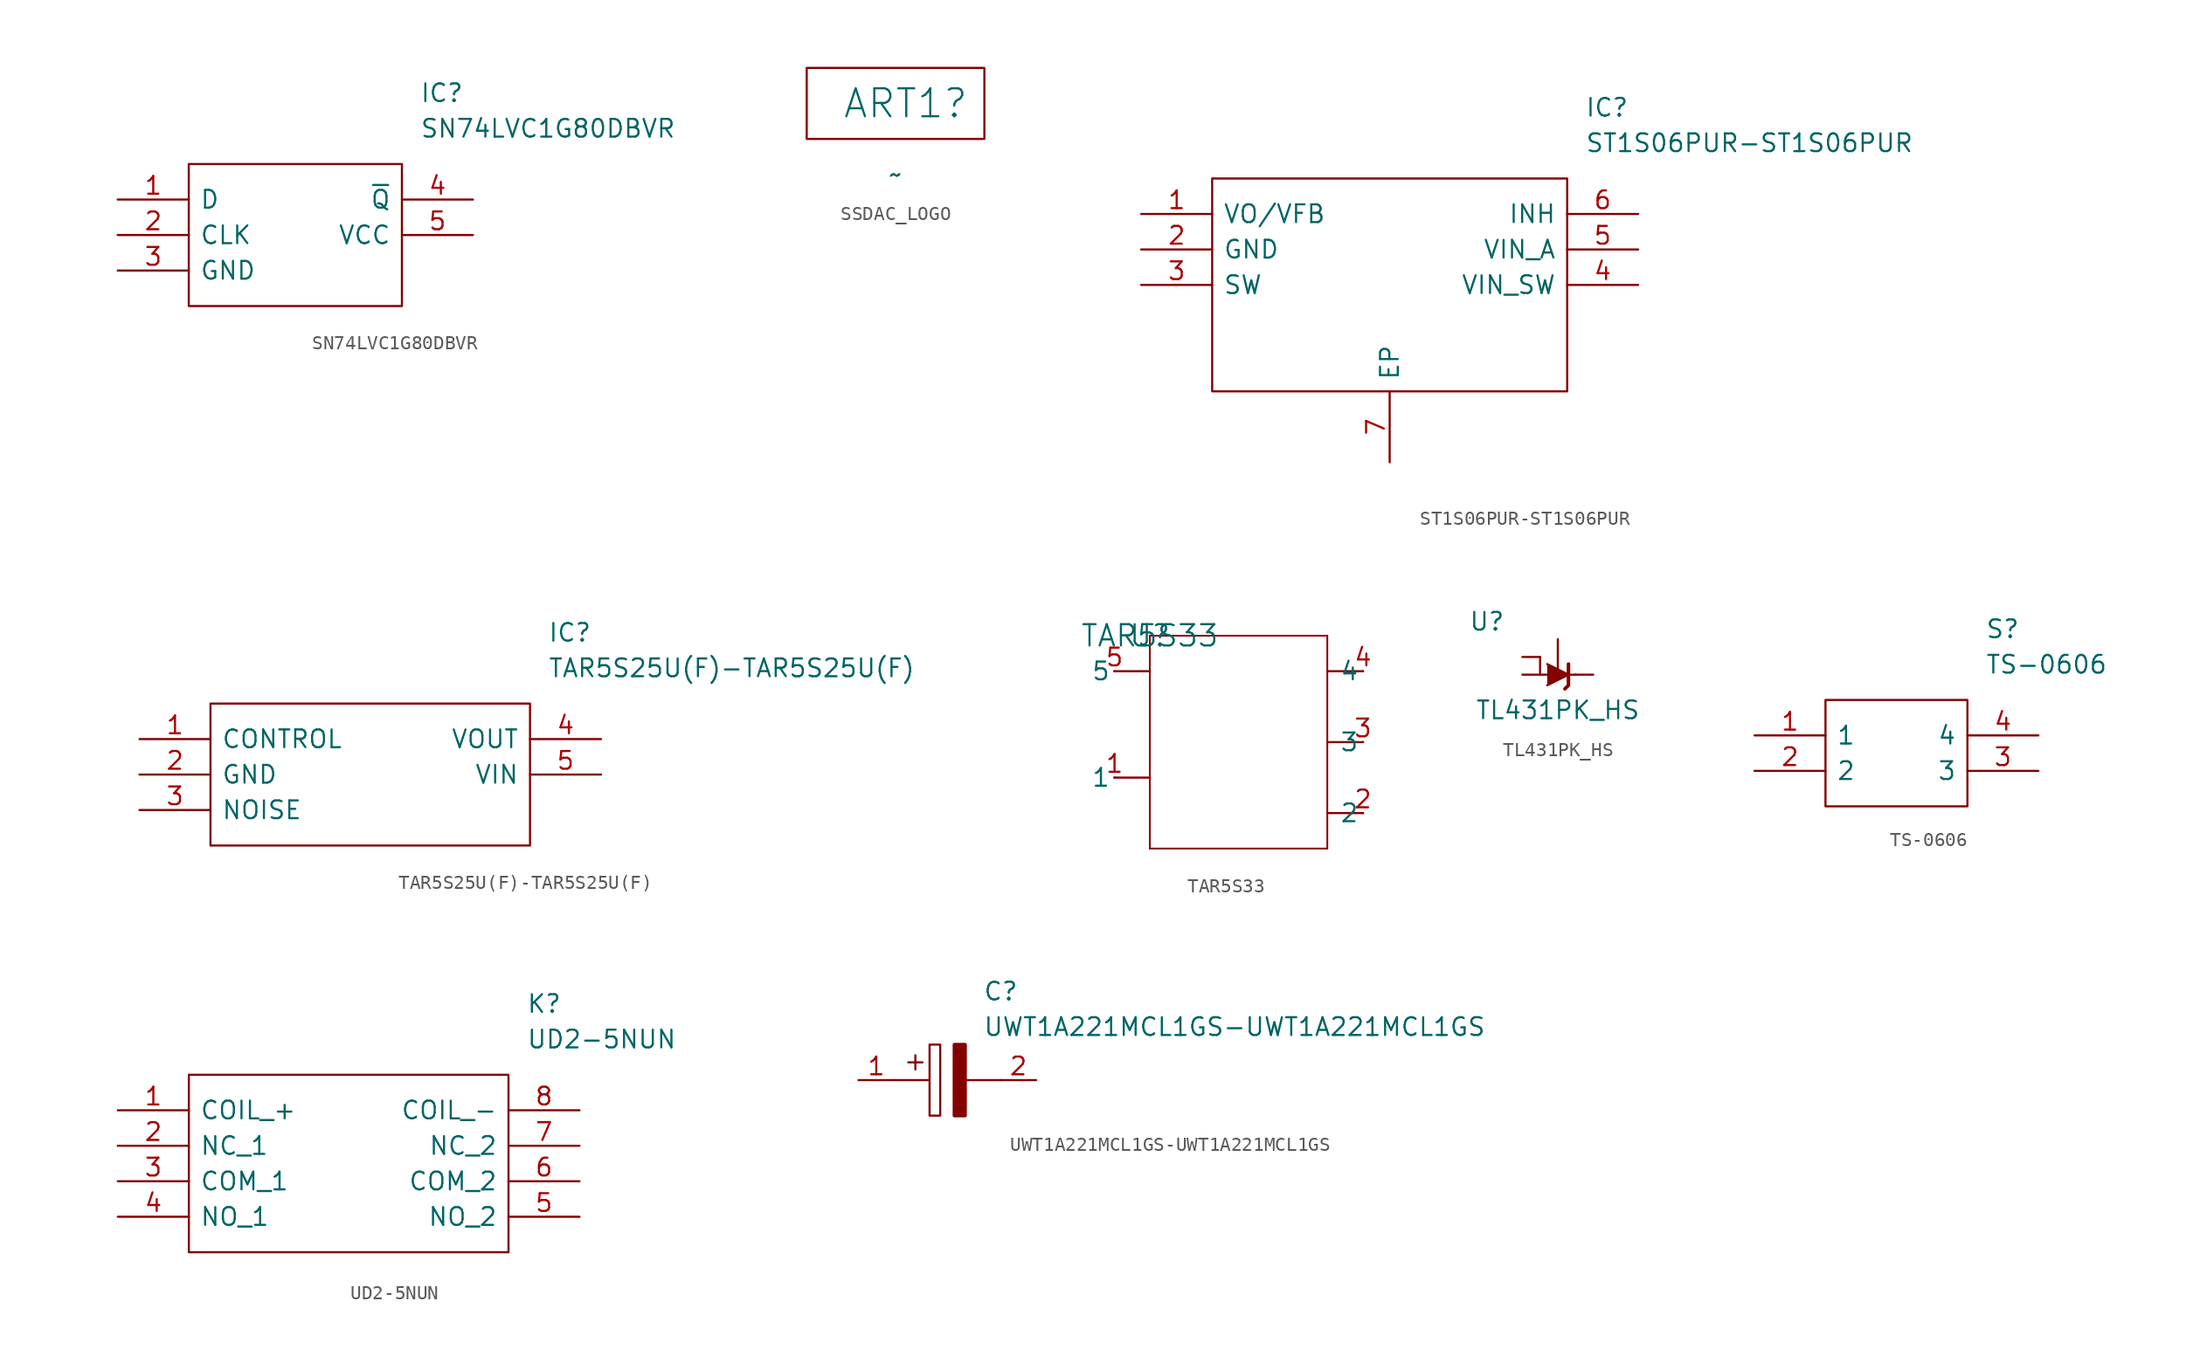
<source format=kicad_sym>
(kicad_symbol_lib
  (version 20220914)
  (generator kicad_symbol_editor)
  (symbol "SN74LVC1G80DBVR"
    (pin_names
      (offset 0.762))
    (property "Reference" "IC"
      (at 21.59 7.62 0)
      (effects (font (size 1.27 1.27)) (justify left)))
    (property "Value" "SN74LVC1G80DBVR"
      (at 21.59 5.08 0)
      (effects (font (size 1.27 1.27)) (justify left)))
    (symbol "SN74LVC1G80DBVR_0_0"
      (pin input line (at 0 0 0) (length 5.08) (name "D" (effects (font (size 1.27 1.27)))) (number "1" (effects (font (size 1.27 1.27)))))
      (pin input line (at 0 -2.54 0) (length 5.08) (name "CLK" (effects (font (size 1.27 1.27)))) (number "2" (effects (font (size 1.27 1.27)))))
      (pin power_in line (at 0 -5.08 0) (length 5.08) (name "GND" (effects (font (size 1.27 1.27)))) (number "3" (effects (font (size 1.27 1.27)))))
      (pin output line (at 25.4 0 180) (length 5.08) (name "~{Q}" (effects (font (size 1.27 1.27)))) (number "4" (effects (font (size 1.27 1.27)))))
      (pin power_in line (at 25.4 -2.54 180) (length 5.08) (name "VCC" (effects (font (size 1.27 1.27)))) (number "5" (effects (font (size 1.27 1.27))))))
    (symbol "SN74LVC1G80DBVR_0_1"
      (polyline (pts (xy 5.08 2.54) (xy 20.32 2.54) (xy 20.32 -7.62) (xy 5.08 -7.62) (xy 5.08 2.54)) (stroke (width 0.152) (type solid)) (fill (type none)))))
  (symbol "SSDAC_LOGO"
    (pin_numbers hide)
    (pin_names
      (offset 0) hide)
    (property "Reference" "ART1"
      (at -3.81 5.08 0)
      (effects (font (size 2 2)) (justify left)))
    (property "Value" "~"
      (at 0 0 0)
      (effects (font (size 1.27 1.27))))
    (symbol "SSDAC_LOGO_0_1"
      (rectangle (start -6.35 7.62) (end 6.35 2.54) (stroke (width 0) (type default)) (fill (type none)))))
  (symbol "ST1S06PUR-ST1S06PUR"
    (pin_names
      (offset 0.762))
    (property "Reference" "IC"
      (at 31.75 7.62 0)
      (effects (font (size 1.27 1.27)) (justify left)))
    (property "Value" "ST1S06PUR-ST1S06PUR"
      (at 31.75 5.08 0)
      (effects (font (size 1.27 1.27)) (justify left)))
    (symbol "ST1S06PUR-ST1S06PUR_0_0"
      (pin input line (at 0 0 0) (length 5.08) (name "VO/VFB" (effects (font (size 1.27 1.27)))) (number "1" (effects (font (size 1.27 1.27)))))
      (pin power_in line (at 0 -2.54 0) (length 5.08) (name "GND" (effects (font (size 1.27 1.27)))) (number "2" (effects (font (size 1.27 1.27)))))
      (pin output line (at 0 -5.08 0) (length 5.08) (name "SW" (effects (font (size 1.27 1.27)))) (number "3" (effects (font (size 1.27 1.27)))))
      (pin power_in line (at 35.56 -5.08 180) (length 5.08) (name "VIN_SW" (effects (font (size 1.27 1.27)))) (number "4" (effects (font (size 1.27 1.27)))))
      (pin power_in line (at 35.56 -2.54 180) (length 5.08) (name "VIN_A" (effects (font (size 1.27 1.27)))) (number "5" (effects (font (size 1.27 1.27)))))
      (pin input line (at 35.56 0 180) (length 5.08) (name "INH" (effects (font (size 1.27 1.27)))) (number "6" (effects (font (size 1.27 1.27)))))
      (pin input line (at 17.78 -17.78 90) (length 5.08) (name "EP" (effects (font (size 1.27 1.27)))) (number "7" (effects (font (size 1.27 1.27))))))
    (symbol "ST1S06PUR-ST1S06PUR_0_1"
      (polyline (pts (xy 5.08 2.54) (xy 30.48 2.54) (xy 30.48 -12.7) (xy 5.08 -12.7) (xy 5.08 2.54)) (stroke (width 0.152) (type solid)) (fill (type none)))))
  (symbol "TAR5S25U(F)-TAR5S25U(F)"
    (pin_names
      (offset 0.762))
    (property "Reference" "IC"
      (at 29.21 7.62 0)
      (effects (font (size 1.27 1.27)) (justify left)))
    (property "Value" "TAR5S25U(F)-TAR5S25U(F)"
      (at 29.21 5.08 0)
      (effects (font (size 1.27 1.27)) (justify left)))
    (symbol "TAR5S25U(F)-TAR5S25U(F)_0_0"
      (pin input line (at 0 0 0) (length 5.08) (name "CONTROL" (effects (font (size 1.27 1.27)))) (number "1" (effects (font (size 1.27 1.27)))))
      (pin power_in line (at 0 -2.54 0) (length 5.08) (name "GND" (effects (font (size 1.27 1.27)))) (number "2" (effects (font (size 1.27 1.27)))))
      (pin passive line (at 0 -5.08 0) (length 5.08) (name "NOISE" (effects (font (size 1.27 1.27)))) (number "3" (effects (font (size 1.27 1.27)))))
      (pin power_out line (at 33.02 0 180) (length 5.08) (name "VOUT" (effects (font (size 1.27 1.27)))) (number "4" (effects (font (size 1.27 1.27)))))
      (pin power_in line (at 33.02 -2.54 180) (length 5.08) (name "VIN" (effects (font (size 1.27 1.27)))) (number "5" (effects (font (size 1.27 1.27))))))
    (symbol "TAR5S25U(F)-TAR5S25U(F)_0_1"
      (polyline (pts (xy 5.08 2.54) (xy 27.94 2.54) (xy 27.94 -7.62) (xy 5.08 -7.62) (xy 5.08 2.54)) (stroke (width 0.152) (type solid)) (fill (type none)))))
  (symbol "TAR5S33"
    (pin_names
      (offset 0.254))
    (property "Reference" "U"
      (at 0 0 0)
      (effects (font (size 1.524 1.524))))
    (property "Value" "TAR5S33"
      (at 0 0 0)
      (effects (font (size 1.524 1.524))))
    (property "ki_locked" ""
      (at 0 0 0)
      (effects (font (size 1.27 1.27))))
    (symbol "TAR5S33_0_1"
      (polyline (pts (xy -2.54 -10.16) (xy 0 -10.16)) (stroke (width 0) (type default)) (fill (type none)))
      (polyline (pts (xy -2.54 -2.54) (xy 0 -2.54)) (stroke (width 0) (type default)) (fill (type none)))
      (polyline (pts (xy 0 -15.24) (xy 0 0)) (stroke (width 0.127) (type default)) (fill (type none)))
      (polyline (pts (xy 0 0) (xy 12.7 0)) (stroke (width 0.127) (type default)) (fill (type none)))
      (polyline (pts (xy 12.7 -15.24) (xy 0 -15.24)) (stroke (width 0.127) (type default)) (fill (type none)))
      (polyline (pts (xy 12.7 0) (xy 12.7 -15.24)) (stroke (width 0.127) (type default)) (fill (type none)))
      (polyline (pts (xy 15.24 -12.7) (xy 12.7 -12.7)) (stroke (width 0) (type default)) (fill (type none)))
      (polyline (pts (xy 15.24 -7.62) (xy 12.7 -7.62)) (stroke (width 0) (type default)) (fill (type none)))
      (polyline (pts (xy 15.24 -2.54) (xy 12.7 -2.54)) (stroke (width 0) (type default)) (fill (type none)))
      (pin unspecified line (at -2.515 -10.16 180) (length 0.025) (name "1" (effects (font (size 1.27 1.27)))) (number "1" (effects (font (size 1.27 1.27)))))
      (pin power_out line (at 15.265 -12.7 180) (length 0.025) (name "2" (effects (font (size 1.27 1.27)))) (number "2" (effects (font (size 1.27 1.27)))))
      (pin unspecified line (at 15.265 -7.62 180) (length 0.025) (name "3" (effects (font (size 1.27 1.27)))) (number "3" (effects (font (size 1.27 1.27)))))
      (pin output line (at 15.265 -2.54 180) (length 0.025) (name "4" (effects (font (size 1.27 1.27)))) (number "4" (effects (font (size 1.27 1.27)))))
      (pin input line (at -2.515 -2.54 180) (length 0.025) (name "5" (effects (font (size 1.27 1.27)))) (number "5" (effects (font (size 1.27 1.27)))))))
  (symbol "TL431PK_HS"
    (pin_numbers hide)
    (pin_names hide)
    (property "Reference" "U"
      (at -5.08 3.81 0)
      (effects (font (size 1.27 1.27))))
    (property "Value" "TL431PK_HS"
      (at 0 -2.54 0)
      (effects (font (size 1.27 1.27))))
    (symbol "TL431PK_HS_0_1"
      (polyline (pts (xy -1.27 1.27) (xy -1.27 0)) (stroke (width 0) (type default)) (fill (type none)))
      (polyline (pts (xy -1.27 0) (xy 0 0) (xy 1.27 0)) (stroke (width 0) (type solid)) (fill (type none)))
      (polyline (pts (xy -0.762 0.762) (xy 0.762 0) (xy -0.762 -0.762)) (stroke (width 0) (type solid)) (fill (type outline)))
      (polyline (pts (xy 0.508 -1.016) (xy 0.762 -0.762) (xy 0.762 0.762) (xy 0.762 0.762)) (stroke (width 0.254) (type solid)) (fill (type none))))
    (symbol "TL431PK_HS_1_1"
      (pin passive line (at 0 2.54 270) (length 2.54) (name "REF" (effects (font (size 1.27 1.27)))) (number "1" (effects (font (size 1.27 1.27)))))
      (pin passive line (at -2.54 0 0) (length 1.27) (name "A" (effects (font (size 1.27 1.27)))) (number "2" (effects (font (size 1.27 1.27)))))
      (pin passive line (at 2.54 0 180) (length 1.27) (name "K" (effects (font (size 1.27 1.27)))) (number "3" (effects (font (size 1.27 1.27)))))
      (pin passive line (at -2.54 1.27 0) (length 1.27) (name "A" (effects (font (size 1.27 1.27)))) (number "4" (effects (font (size 1.27 1.27)))))))
  (symbol "TS-0606"
    (pin_names
      (offset 0.762))
    (property "Reference" "S"
      (at 16.51 7.62 0)
      (effects (font (size 1.27 1.27)) (justify left)))
    (property "Value" "TS-0606"
      (at 16.51 5.08 0)
      (effects (font (size 1.27 1.27)) (justify left)))
    (symbol "TS-0606_0_0"
      (pin passive line (at 0 0 0) (length 5.08) (name "1" (effects (font (size 1.27 1.27)))) (number "1" (effects (font (size 1.27 1.27)))))
      (pin passive line (at 0 -2.54 0) (length 5.08) (name "2" (effects (font (size 1.27 1.27)))) (number "2" (effects (font (size 1.27 1.27)))))
      (pin passive line (at 20.32 -2.54 180) (length 5.08) (name "3" (effects (font (size 1.27 1.27)))) (number "3" (effects (font (size 1.27 1.27)))))
      (pin passive line (at 20.32 0 180) (length 5.08) (name "4" (effects (font (size 1.27 1.27)))) (number "4" (effects (font (size 1.27 1.27))))))
    (symbol "TS-0606_0_1"
      (polyline (pts (xy 5.08 2.54) (xy 15.24 2.54) (xy 15.24 -5.08) (xy 5.08 -5.08) (xy 5.08 2.54)) (stroke (width 0.152) (type solid)) (fill (type none)))))
  (symbol "UD2-5NUN"
    (pin_names
      (offset 0.762))
    (property "Reference" "K"
      (at 29.21 7.62 0)
      (effects (font (size 1.27 1.27)) (justify left)))
    (property "Value" "UD2-5NUN"
      (at 29.21 5.08 0)
      (effects (font (size 1.27 1.27)) (justify left)))
    (symbol "UD2-5NUN_0_0"
      (pin passive line (at 0 0 0) (length 5.08) (name "COIL_+" (effects (font (size 1.27 1.27)))) (number "1" (effects (font (size 1.27 1.27)))))
      (pin passive line (at 0 -2.54 0) (length 5.08) (name "NC_1" (effects (font (size 1.27 1.27)))) (number "2" (effects (font (size 1.27 1.27)))))
      (pin passive line (at 0 -5.08 0) (length 5.08) (name "COM_1" (effects (font (size 1.27 1.27)))) (number "3" (effects (font (size 1.27 1.27)))))
      (pin passive line (at 0 -7.62 0) (length 5.08) (name "NO_1" (effects (font (size 1.27 1.27)))) (number "4" (effects (font (size 1.27 1.27)))))
      (pin passive line (at 33.02 -7.62 180) (length 5.08) (name "NO_2" (effects (font (size 1.27 1.27)))) (number "5" (effects (font (size 1.27 1.27)))))
      (pin passive line (at 33.02 -5.08 180) (length 5.08) (name "COM_2" (effects (font (size 1.27 1.27)))) (number "6" (effects (font (size 1.27 1.27)))))
      (pin passive line (at 33.02 -2.54 180) (length 5.08) (name "NC_2" (effects (font (size 1.27 1.27)))) (number "7" (effects (font (size 1.27 1.27)))))
      (pin passive line (at 33.02 0 180) (length 5.08) (name "COIL_-" (effects (font (size 1.27 1.27)))) (number "8" (effects (font (size 1.27 1.27))))))
    (symbol "UD2-5NUN_0_1"
      (polyline (pts (xy 5.08 2.54) (xy 27.94 2.54) (xy 27.94 -10.16) (xy 5.08 -10.16) (xy 5.08 2.54)) (stroke (width 0.152) (type solid)) (fill (type none)))))
  (symbol "UWT1A221MCL1GS-UWT1A221MCL1GS"
    (pin_names
      (offset 0.762))
    (property "Reference" "C"
      (at 8.89 6.35 0)
      (effects (font (size 1.27 1.27)) (justify left)))
    (property "Value" "UWT1A221MCL1GS-UWT1A221MCL1GS"
      (at 8.89 3.81 0)
      (effects (font (size 1.27 1.27)) (justify left)))
    (symbol "UWT1A221MCL1GS-UWT1A221MCL1GS_0_0"
      (pin passive line (at 0 0 0) (length 2.54) (name "~" (effects (font (size 1.27 1.27)))) (number "1" (effects (font (size 1.27 1.27)))))
      (pin passive line (at 12.7 0 180) (length 2.54) (name "~" (effects (font (size 1.27 1.27)))) (number "2" (effects (font (size 1.27 1.27))))))
    (symbol "UWT1A221MCL1GS-UWT1A221MCL1GS_0_1"
      (polyline (pts (xy 2.54 0) (xy 5.08 0)) (stroke (width 0.152) (type solid)) (fill (type none)))
      (polyline (pts (xy 4.064 1.778) (xy 4.064 0.762)) (stroke (width 0.152) (type solid)) (fill (type none)))
      (polyline (pts (xy 4.572 1.27) (xy 3.556 1.27)) (stroke (width 0.152) (type solid)) (fill (type none)))
      (polyline (pts (xy 7.62 0) (xy 10.16 0)) (stroke (width 0.152) (type solid)) (fill (type none)))
      (polyline (pts (xy 5.08 2.54) (xy 5.08 -2.54) (xy 5.842 -2.54) (xy 5.842 2.54) (xy 5.08 2.54)) (stroke (width 0.152) (type solid)) (fill (type none)))
      (polyline (pts (xy 7.62 2.54) (xy 7.62 -2.54) (xy 6.858 -2.54) (xy 6.858 2.54) (xy 7.62 2.54)) (stroke (width 0.254) (type solid)) (fill (type outline))))))
</source>
